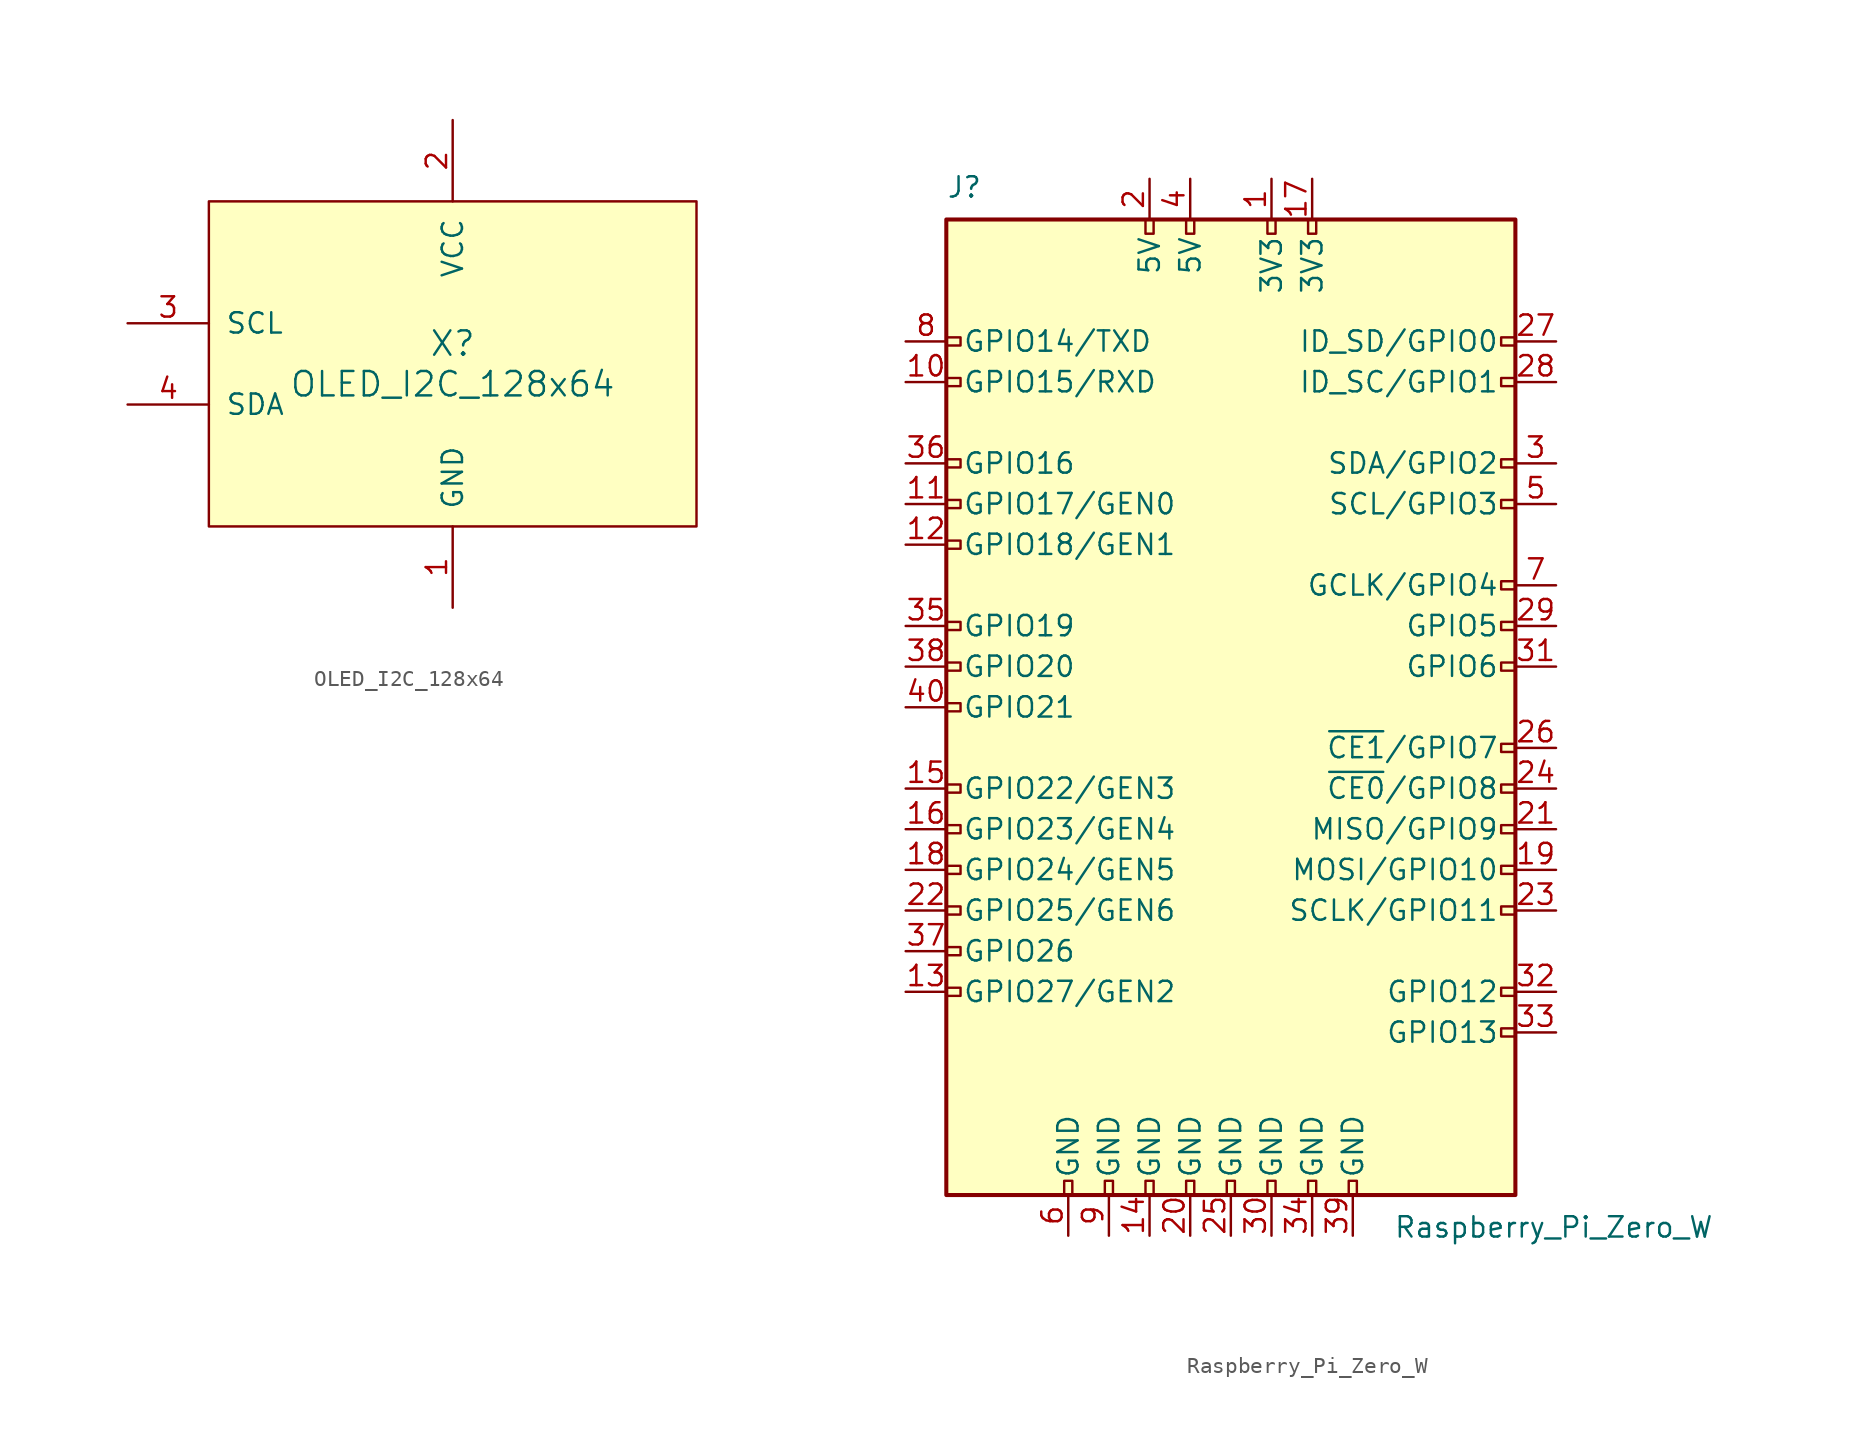
<source format=kicad_sym>
(kicad_symbol_lib
  (version 20211014)
  (generator kicad_symbol_editor)
  (symbol "OLED_I2C_128x64"
    (pin_names
      (offset 1.016))
    (property "Reference" "X"
      (at 0 1.27 0)
      (effects (font (size 1.524 1.524))))
    (property "Value" "OLED_I2C_128x64"
      (at 0 -1.27 0)
      (effects (font (size 1.524 1.524))))
    (symbol "OLED_I2C_128x64_0_1"
      (rectangle (start -15.24 10.16) (end 15.24 -10.16) (stroke (width 0) (type default) (color 0 0 0 0)) (fill (type background))))
    (symbol "OLED_I2C_128x64_1_1"
      (pin power_in line (at 0 -15.24 90) (length 5.08) (name "GND" (effects (font (size 1.27 1.27)))) (number "1" (effects (font (size 1.27 1.27)))))
      (pin power_in line (at 0 15.24 270) (length 5.08) (name "VCC" (effects (font (size 1.27 1.27)))) (number "2" (effects (font (size 1.27 1.27)))))
      (pin input line (at -20.32 2.54 0) (length 5.08) (name "SCL" (effects (font (size 1.27 1.27)))) (number "3" (effects (font (size 1.27 1.27)))))
      (pin bidirectional line (at -20.32 -2.54 0) (length 5.08) (name "SDA" (effects (font (size 1.27 1.27)))) (number "4" (effects (font (size 1.27 1.27)))))))
  (symbol "Raspberry_Pi_Zero_W"
    (pin_names
      (offset 1.016))
    (property "Reference" "J"
      (at -17.78 31.75 0)
      (effects (font (size 1.27 1.27)) (justify left bottom)))
    (property "Value" "Raspberry_Pi_Zero_W"
      (at 10.16 -31.75 0)
      (effects (font (size 1.27 1.27)) (justify left top)))
    (symbol "Raspberry_Pi_Zero_W_0_1"
      (rectangle (start -17.78 30.48) (end 17.78 -30.48) (stroke (width 0.254) (type default) (color 0 0 0 0)) (fill (type background))))
    (symbol "Raspberry_Pi_Zero_W_1_1"
      (rectangle (start -16.891 -17.526) (end -17.78 -18.034) (stroke (width 0) (type default) (color 0 0 0 0)) (fill (type none)))
      (rectangle (start -16.891 -14.986) (end -17.78 -15.494) (stroke (width 0) (type default) (color 0 0 0 0)) (fill (type none)))
      (rectangle (start -16.891 -12.446) (end -17.78 -12.954) (stroke (width 0) (type default) (color 0 0 0 0)) (fill (type none)))
      (rectangle (start -16.891 -9.906) (end -17.78 -10.414) (stroke (width 0) (type default) (color 0 0 0 0)) (fill (type none)))
      (rectangle (start -16.891 -7.366) (end -17.78 -7.874) (stroke (width 0) (type default) (color 0 0 0 0)) (fill (type none)))
      (rectangle (start -16.891 -4.826) (end -17.78 -5.334) (stroke (width 0) (type default) (color 0 0 0 0)) (fill (type none)))
      (rectangle (start -16.891 0.254) (end -17.78 -0.254) (stroke (width 0) (type default) (color 0 0 0 0)) (fill (type none)))
      (rectangle (start -16.891 2.794) (end -17.78 2.286) (stroke (width 0) (type default) (color 0 0 0 0)) (fill (type none)))
      (rectangle (start -16.891 5.334) (end -17.78 4.826) (stroke (width 0) (type default) (color 0 0 0 0)) (fill (type none)))
      (rectangle (start -16.891 10.414) (end -17.78 9.906) (stroke (width 0) (type default) (color 0 0 0 0)) (fill (type none)))
      (rectangle (start -16.891 12.954) (end -17.78 12.446) (stroke (width 0) (type default) (color 0 0 0 0)) (fill (type none)))
      (rectangle (start -16.891 15.494) (end -17.78 14.986) (stroke (width 0) (type default) (color 0 0 0 0)) (fill (type none)))
      (rectangle (start -16.891 20.574) (end -17.78 20.066) (stroke (width 0) (type default) (color 0 0 0 0)) (fill (type none)))
      (rectangle (start -16.891 23.114) (end -17.78 22.606) (stroke (width 0) (type default) (color 0 0 0 0)) (fill (type none)))
      (rectangle (start -10.414 -29.591) (end -9.906 -30.48) (stroke (width 0) (type default) (color 0 0 0 0)) (fill (type none)))
      (rectangle (start -7.874 -29.591) (end -7.366 -30.48) (stroke (width 0) (type default) (color 0 0 0 0)) (fill (type none)))
      (rectangle (start -5.334 -29.591) (end -4.826 -30.48) (stroke (width 0) (type default) (color 0 0 0 0)) (fill (type none)))
      (rectangle (start -5.334 30.48) (end -4.826 29.591) (stroke (width 0) (type default) (color 0 0 0 0)) (fill (type none)))
      (rectangle (start -2.794 -29.591) (end -2.286 -30.48) (stroke (width 0) (type default) (color 0 0 0 0)) (fill (type none)))
      (rectangle (start -2.794 30.48) (end -2.286 29.591) (stroke (width 0) (type default) (color 0 0 0 0)) (fill (type none)))
      (rectangle (start -0.254 -29.591) (end 0.254 -30.48) (stroke (width 0) (type default) (color 0 0 0 0)) (fill (type none)))
      (rectangle (start 2.286 -29.591) (end 2.794 -30.48) (stroke (width 0) (type default) (color 0 0 0 0)) (fill (type none)))
      (rectangle (start 2.286 30.48) (end 2.794 29.591) (stroke (width 0) (type default) (color 0 0 0 0)) (fill (type none)))
      (rectangle (start 4.826 -29.591) (end 5.334 -30.48) (stroke (width 0) (type default) (color 0 0 0 0)) (fill (type none)))
      (rectangle (start 4.826 30.48) (end 5.334 29.591) (stroke (width 0) (type default) (color 0 0 0 0)) (fill (type none)))
      (rectangle (start 7.366 -29.591) (end 7.874 -30.48) (stroke (width 0) (type default) (color 0 0 0 0)) (fill (type none)))
      (rectangle (start 17.78 -20.066) (end 16.891 -20.574) (stroke (width 0) (type default) (color 0 0 0 0)) (fill (type none)))
      (rectangle (start 17.78 -17.526) (end 16.891 -18.034) (stroke (width 0) (type default) (color 0 0 0 0)) (fill (type none)))
      (rectangle (start 17.78 -12.446) (end 16.891 -12.954) (stroke (width 0) (type default) (color 0 0 0 0)) (fill (type none)))
      (rectangle (start 17.78 -9.906) (end 16.891 -10.414) (stroke (width 0) (type default) (color 0 0 0 0)) (fill (type none)))
      (rectangle (start 17.78 -7.366) (end 16.891 -7.874) (stroke (width 0) (type default) (color 0 0 0 0)) (fill (type none)))
      (rectangle (start 17.78 -4.826) (end 16.891 -5.334) (stroke (width 0) (type default) (color 0 0 0 0)) (fill (type none)))
      (rectangle (start 17.78 -2.286) (end 16.891 -2.794) (stroke (width 0) (type default) (color 0 0 0 0)) (fill (type none)))
      (rectangle (start 17.78 2.794) (end 16.891 2.286) (stroke (width 0) (type default) (color 0 0 0 0)) (fill (type none)))
      (rectangle (start 17.78 5.334) (end 16.891 4.826) (stroke (width 0) (type default) (color 0 0 0 0)) (fill (type none)))
      (rectangle (start 17.78 7.874) (end 16.891 7.366) (stroke (width 0) (type default) (color 0 0 0 0)) (fill (type none)))
      (rectangle (start 17.78 12.954) (end 16.891 12.446) (stroke (width 0) (type default) (color 0 0 0 0)) (fill (type none)))
      (rectangle (start 17.78 15.494) (end 16.891 14.986) (stroke (width 0) (type default) (color 0 0 0 0)) (fill (type none)))
      (rectangle (start 17.78 20.574) (end 16.891 20.066) (stroke (width 0) (type default) (color 0 0 0 0)) (fill (type none)))
      (rectangle (start 17.78 23.114) (end 16.891 22.606) (stroke (width 0) (type default) (color 0 0 0 0)) (fill (type none)))
      (pin power_in line (at 2.54 33.02 270) (length 2.54) (name "3V3" (effects (font (size 1.27 1.27)))) (number "1" (effects (font (size 1.27 1.27)))))
      (pin bidirectional line (at -20.32 20.32 0) (length 2.54) (name "GPIO15/RXD" (effects (font (size 1.27 1.27)))) (number "10" (effects (font (size 1.27 1.27)))))
      (pin bidirectional line (at -20.32 12.7 0) (length 2.54) (name "GPIO17/GEN0" (effects (font (size 1.27 1.27)))) (number "11" (effects (font (size 1.27 1.27)))))
      (pin bidirectional line (at -20.32 10.16 0) (length 2.54) (name "GPIO18/GEN1" (effects (font (size 1.27 1.27)))) (number "12" (effects (font (size 1.27 1.27)))))
      (pin bidirectional line (at -20.32 -17.78 0) (length 2.54) (name "GPIO27/GEN2" (effects (font (size 1.27 1.27)))) (number "13" (effects (font (size 1.27 1.27)))))
      (pin power_in line (at -5.08 -33.02 90) (length 2.54) (name "GND" (effects (font (size 1.27 1.27)))) (number "14" (effects (font (size 1.27 1.27)))))
      (pin bidirectional line (at -20.32 -5.08 0) (length 2.54) (name "GPIO22/GEN3" (effects (font (size 1.27 1.27)))) (number "15" (effects (font (size 1.27 1.27)))))
      (pin bidirectional line (at -20.32 -7.62 0) (length 2.54) (name "GPIO23/GEN4" (effects (font (size 1.27 1.27)))) (number "16" (effects (font (size 1.27 1.27)))))
      (pin power_in line (at 5.08 33.02 270) (length 2.54) (name "3V3" (effects (font (size 1.27 1.27)))) (number "17" (effects (font (size 1.27 1.27)))))
      (pin bidirectional line (at -20.32 -10.16 0) (length 2.54) (name "GPIO24/GEN5" (effects (font (size 1.27 1.27)))) (number "18" (effects (font (size 1.27 1.27)))))
      (pin bidirectional line (at 20.32 -10.16 180) (length 2.54) (name "MOSI/GPIO10" (effects (font (size 1.27 1.27)))) (number "19" (effects (font (size 1.27 1.27)))))
      (pin power_in line (at -5.08 33.02 270) (length 2.54) (name "5V" (effects (font (size 1.27 1.27)))) (number "2" (effects (font (size 1.27 1.27)))))
      (pin power_in line (at -2.54 -33.02 90) (length 2.54) (name "GND" (effects (font (size 1.27 1.27)))) (number "20" (effects (font (size 1.27 1.27)))))
      (pin bidirectional line (at 20.32 -7.62 180) (length 2.54) (name "MISO/GPIO9" (effects (font (size 1.27 1.27)))) (number "21" (effects (font (size 1.27 1.27)))))
      (pin bidirectional line (at -20.32 -12.7 0) (length 2.54) (name "GPIO25/GEN6" (effects (font (size 1.27 1.27)))) (number "22" (effects (font (size 1.27 1.27)))))
      (pin bidirectional line (at 20.32 -12.7 180) (length 2.54) (name "SCLK/GPIO11" (effects (font (size 1.27 1.27)))) (number "23" (effects (font (size 1.27 1.27)))))
      (pin bidirectional line (at 20.32 -5.08 180) (length 2.54) (name "~{CE0}/GPIO8" (effects (font (size 1.27 1.27)))) (number "24" (effects (font (size 1.27 1.27)))))
      (pin power_in line (at 0 -33.02 90) (length 2.54) (name "GND" (effects (font (size 1.27 1.27)))) (number "25" (effects (font (size 1.27 1.27)))))
      (pin bidirectional line (at 20.32 -2.54 180) (length 2.54) (name "~{CE1}/GPIO7" (effects (font (size 1.27 1.27)))) (number "26" (effects (font (size 1.27 1.27)))))
      (pin bidirectional line (at 20.32 22.86 180) (length 2.54) (name "ID_SD/GPIO0" (effects (font (size 1.27 1.27)))) (number "27" (effects (font (size 1.27 1.27)))))
      (pin bidirectional line (at 20.32 20.32 180) (length 2.54) (name "ID_SC/GPIO1" (effects (font (size 1.27 1.27)))) (number "28" (effects (font (size 1.27 1.27)))))
      (pin bidirectional line (at 20.32 5.08 180) (length 2.54) (name "GPIO5" (effects (font (size 1.27 1.27)))) (number "29" (effects (font (size 1.27 1.27)))))
      (pin bidirectional line (at 20.32 15.24 180) (length 2.54) (name "SDA/GPIO2" (effects (font (size 1.27 1.27)))) (number "3" (effects (font (size 1.27 1.27)))))
      (pin power_in line (at 2.54 -33.02 90) (length 2.54) (name "GND" (effects (font (size 1.27 1.27)))) (number "30" (effects (font (size 1.27 1.27)))))
      (pin bidirectional line (at 20.32 2.54 180) (length 2.54) (name "GPIO6" (effects (font (size 1.27 1.27)))) (number "31" (effects (font (size 1.27 1.27)))))
      (pin bidirectional line (at 20.32 -17.78 180) (length 2.54) (name "GPIO12" (effects (font (size 1.27 1.27)))) (number "32" (effects (font (size 1.27 1.27)))))
      (pin bidirectional line (at 20.32 -20.32 180) (length 2.54) (name "GPIO13" (effects (font (size 1.27 1.27)))) (number "33" (effects (font (size 1.27 1.27)))))
      (pin power_in line (at 5.08 -33.02 90) (length 2.54) (name "GND" (effects (font (size 1.27 1.27)))) (number "34" (effects (font (size 1.27 1.27)))))
      (pin bidirectional line (at -20.32 5.08 0) (length 2.54) (name "GPIO19" (effects (font (size 1.27 1.27)))) (number "35" (effects (font (size 1.27 1.27)))))
      (pin bidirectional line (at -20.32 15.24 0) (length 2.54) (name "GPIO16" (effects (font (size 1.27 1.27)))) (number "36" (effects (font (size 1.27 1.27)))))
      (pin bidirectional line (at -20.32 -15.24 0) (length 2.54) (name "GPIO26" (effects (font (size 1.27 1.27)))) (number "37" (effects (font (size 1.27 1.27)))))
      (pin bidirectional line (at -20.32 2.54 0) (length 2.54) (name "GPIO20" (effects (font (size 1.27 1.27)))) (number "38" (effects (font (size 1.27 1.27)))))
      (pin power_in line (at 7.62 -33.02 90) (length 2.54) (name "GND" (effects (font (size 1.27 1.27)))) (number "39" (effects (font (size 1.27 1.27)))))
      (pin power_in line (at -2.54 33.02 270) (length 2.54) (name "5V" (effects (font (size 1.27 1.27)))) (number "4" (effects (font (size 1.27 1.27)))))
      (pin bidirectional line (at -20.32 0 0) (length 2.54) (name "GPIO21" (effects (font (size 1.27 1.27)))) (number "40" (effects (font (size 1.27 1.27)))))
      (pin bidirectional line (at 20.32 12.7 180) (length 2.54) (name "SCL/GPIO3" (effects (font (size 1.27 1.27)))) (number "5" (effects (font (size 1.27 1.27)))))
      (pin power_in line (at -10.16 -33.02 90) (length 2.54) (name "GND" (effects (font (size 1.27 1.27)))) (number "6" (effects (font (size 1.27 1.27)))))
      (pin bidirectional line (at 20.32 7.62 180) (length 2.54) (name "GCLK/GPIO4" (effects (font (size 1.27 1.27)))) (number "7" (effects (font (size 1.27 1.27)))))
      (pin bidirectional line (at -20.32 22.86 0) (length 2.54) (name "GPIO14/TXD" (effects (font (size 1.27 1.27)))) (number "8" (effects (font (size 1.27 1.27)))))
      (pin power_in line (at -7.62 -33.02 90) (length 2.54) (name "GND" (effects (font (size 1.27 1.27)))) (number "9" (effects (font (size 1.27 1.27))))))))
</source>
